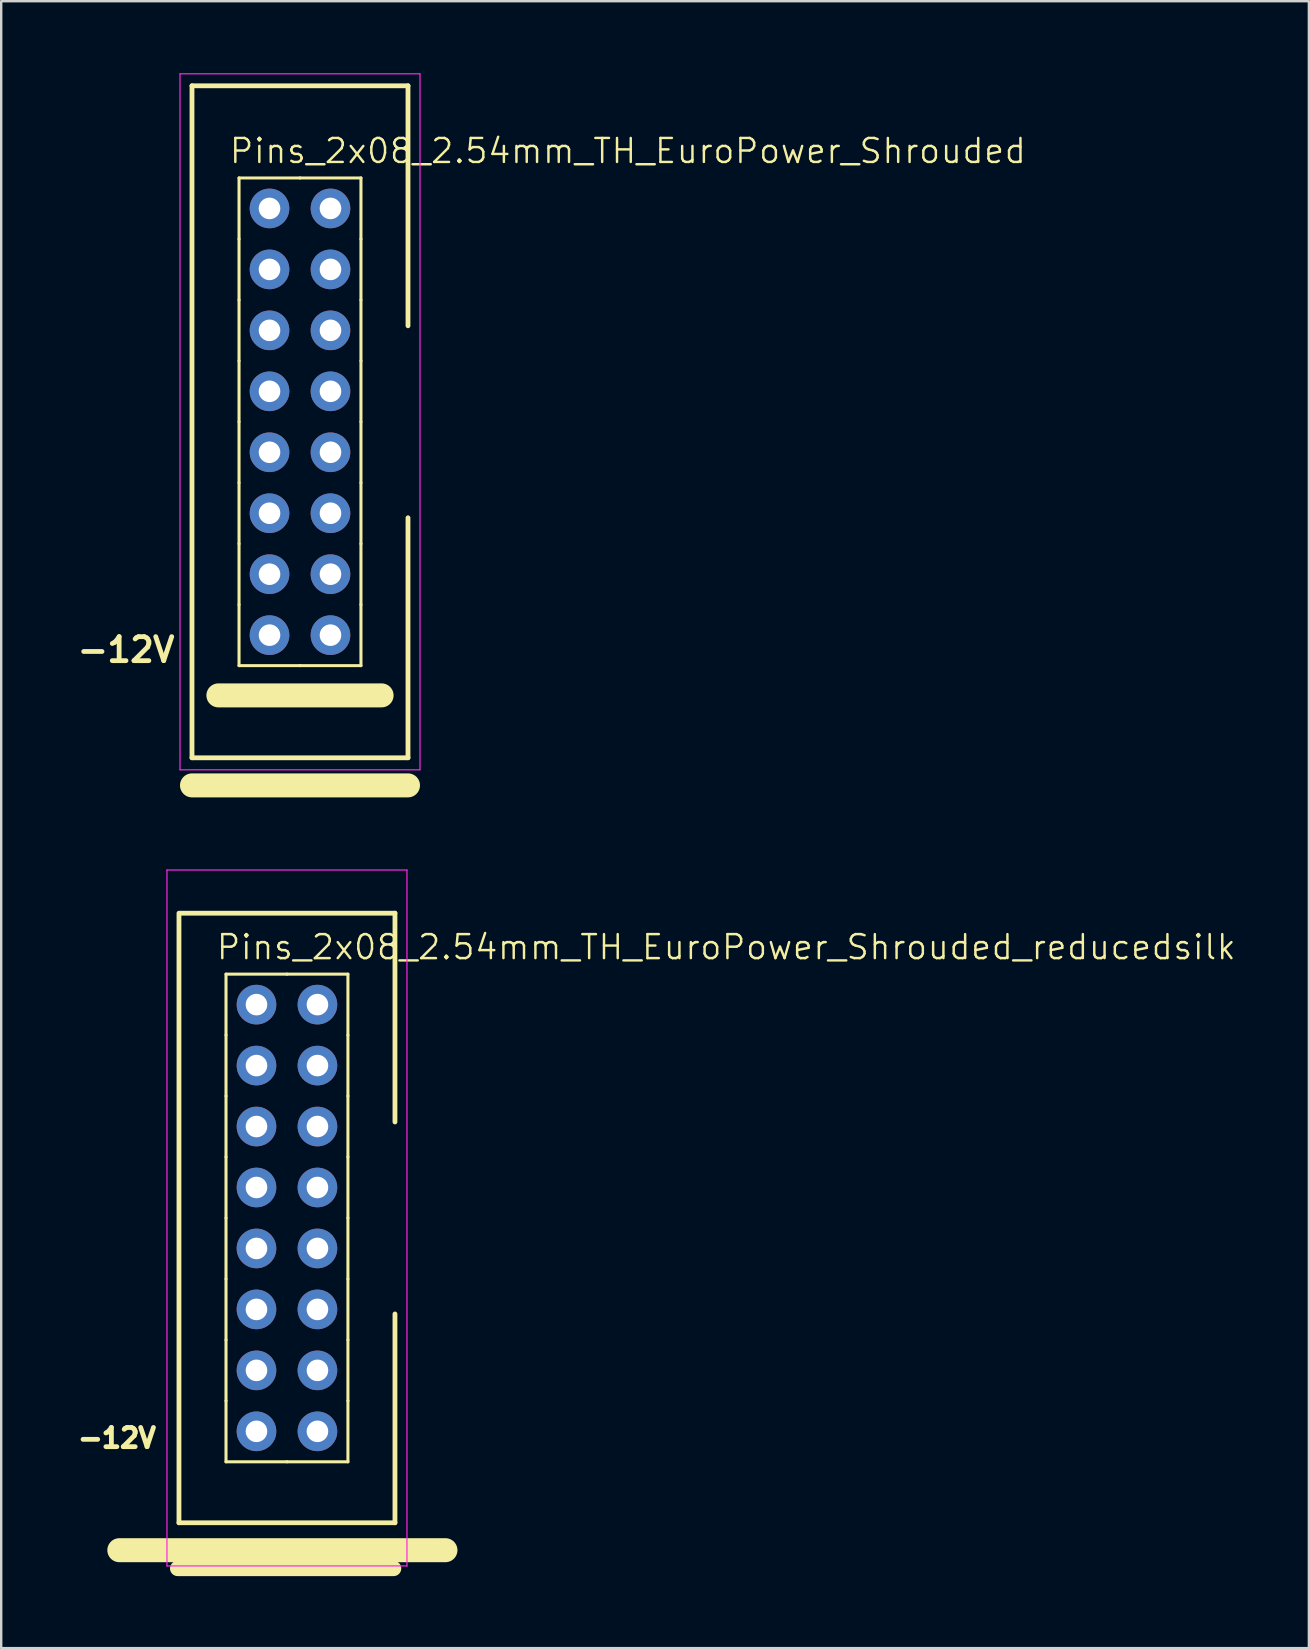
<source format=kicad_pcb>
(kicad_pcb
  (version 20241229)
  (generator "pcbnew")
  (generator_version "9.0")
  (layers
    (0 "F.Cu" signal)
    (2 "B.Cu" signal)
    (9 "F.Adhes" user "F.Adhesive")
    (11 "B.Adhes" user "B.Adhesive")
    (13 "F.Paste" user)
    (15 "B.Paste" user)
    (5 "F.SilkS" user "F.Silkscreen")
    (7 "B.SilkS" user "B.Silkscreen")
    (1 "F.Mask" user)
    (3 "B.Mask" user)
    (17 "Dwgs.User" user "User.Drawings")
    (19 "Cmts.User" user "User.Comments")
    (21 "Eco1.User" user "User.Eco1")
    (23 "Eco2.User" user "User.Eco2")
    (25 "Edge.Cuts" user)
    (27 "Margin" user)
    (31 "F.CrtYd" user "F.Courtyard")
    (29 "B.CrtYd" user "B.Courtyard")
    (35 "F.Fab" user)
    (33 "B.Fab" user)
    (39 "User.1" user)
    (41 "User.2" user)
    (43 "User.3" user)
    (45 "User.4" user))
  (footprint "Pins_2x08_2.54mm_TH_EuroPower_Shrouded_reducedsilk"
    (layer "F.Cu")
    (at 8.907 47.7)
    (property "Reference" "Pins_2x08_2.54mm_TH_EuroPower_Shrouded_reducedsilk" (at -3 -10.7 0) (layer "F.SilkS") (effects (font (size 1 1) (thickness 0.102)) (justify left bottom)))
    (attr through_hole)
    (fp_line (start -6.985 13.843) (end 6.604 13.843) (stroke (width 1) (type solid)) (layer "F.SilkS"))
    (fp_line (start -4.555 14.605) (end 4.445 14.605) (stroke (width 0.635) (type solid)) (layer "F.SilkS"))
    (fp_line (start -4.5 -12.7) (end -4.5 12.7) (stroke (width 0.2) (type solid)) (layer "F.SilkS"))
    (fp_line (start -4.5 12.7) (end 4.5 12.7) (stroke (width 0.2) (type solid)) (layer "F.SilkS"))
    (fp_line (start -4.445 -12.7) (end 4.5 -12.7) (stroke (width 0.2) (type solid)) (layer "F.SilkS"))
    (fp_line (start -2.54 -10.16) (end -2.54 -7.62) (stroke (width 0.127) (type solid)) (layer "F.SilkS"))
    (fp_line (start -2.54 -7.62) (end -2.54 -5.08) (stroke (width 0.127) (type solid)) (layer "F.SilkS"))
    (fp_line (start -2.54 -5.08) (end -2.54 -2.54) (stroke (width 0.127) (type solid)) (layer "F.SilkS"))
    (fp_line (start -2.54 -2.54) (end -2.54 0) (stroke (width 0.127) (type solid)) (layer "F.SilkS"))
    (fp_line (start -2.54 0) (end -2.54 2.54) (stroke (width 0.127) (type solid)) (layer "F.SilkS"))
    (fp_line (start -2.54 2.54) (end -2.54 5.08) (stroke (width 0.127) (type solid)) (layer "F.SilkS"))
    (fp_line (start -2.54 5.08) (end -2.54 7.62) (stroke (width 0.127) (type solid)) (layer "F.SilkS"))
    (fp_line (start -2.54 7.62) (end -2.54 10.16) (stroke (width 0.127) (type solid)) (layer "F.SilkS"))
    (fp_line (start 0 -10.16) (end -2.54 -10.16) (stroke (width 0.127) (type solid)) (layer "F.SilkS"))
    (fp_line (start 0 10.16) (end -2.54 10.16) (stroke (width 0.127) (type solid)) (layer "F.SilkS"))
    (fp_line (start 2.54 -10.16) (end 0 -10.16) (stroke (width 0.127) (type solid)) (layer "F.SilkS"))
    (fp_line (start 2.54 -7.62) (end 2.54 -10.16) (stroke (width 0.127) (type solid)) (layer "F.SilkS"))
    (fp_line (start 2.54 -5.08) (end 2.54 -7.62) (stroke (width 0.127) (type solid)) (layer "F.SilkS"))
    (fp_line (start 2.54 -2.54) (end 2.54 -5.08) (stroke (width 0.127) (type solid)) (layer "F.SilkS"))
    (fp_line (start 2.54 0) (end 2.54 -2.54) (stroke (width 0.127) (type solid)) (layer "F.SilkS"))
    (fp_line (start 2.54 2.54) (end 2.54 0) (stroke (width 0.127) (type solid)) (layer "F.SilkS"))
    (fp_line (start 2.54 5.08) (end 2.54 2.54) (stroke (width 0.127) (type solid)) (layer "F.SilkS"))
    (fp_line (start 2.54 7.62) (end 2.54 5.08) (stroke (width 0.127) (type solid)) (layer "F.SilkS"))
    (fp_line (start 2.54 10.16) (end 0 10.16) (stroke (width 0.127) (type solid)) (layer "F.SilkS"))
    (fp_line (start 2.54 10.16) (end 2.54 7.62) (stroke (width 0.127) (type solid)) (layer "F.SilkS"))
    (fp_line (start 4.5 -12.7) (end 4.5 -4) (stroke (width 0.2) (type solid)) (layer "F.SilkS"))
    (fp_line (start 4.5 4) (end 4.5 12.7) (stroke (width 0.2) (type solid)) (layer "F.SilkS"))
    (fp_line (start -5 -14.5) (end -5 14.5) (stroke (width 0.05) (type solid)) (layer "F.CrtYd"))
    (fp_line (start -5 -14.5) (end 5 -14.5) (stroke (width 0.05) (type solid)) (layer "F.CrtYd"))
    (fp_line (start -5 14.5) (end 5 14.5) (stroke (width 0.05) (type solid)) (layer "F.CrtYd"))
    (fp_line (start 5 -14.5) (end 5 14.5) (stroke (width 0.05) (type solid)) (layer "F.CrtYd"))
    (fp_text user "-12V" (at -7.087 9.169 0) (layer "F.SilkS") (effects (font (size 0.8 0.8) (thickness 0.2))))
    (pad "1" thru_hole circle (at -1.27 -8.89) (size 1.651 1.651) (drill 0.9) (layers "*.Cu" "*.Mask"))
    (pad "2" thru_hole circle (at 1.27 -8.89) (size 1.651 1.651) (drill 0.9) (layers "*.Cu" "*.Mask"))
    (pad "3" thru_hole circle (at -1.27 -6.35) (size 1.651 1.651) (drill 0.9) (layers "*.Cu" "*.Mask"))
    (pad "4" thru_hole circle (at 1.27 -6.35) (size 1.651 1.651) (drill 0.9) (layers "*.Cu" "*.Mask"))
    (pad "5" thru_hole circle (at -1.27 -3.81) (size 1.651 1.651) (drill 0.9) (layers "*.Cu" "*.Mask"))
    (pad "6" thru_hole circle (at 1.27 -3.81) (size 1.651 1.651) (drill 0.9) (layers "*.Cu" "*.Mask"))
    (pad "7" thru_hole circle (at -1.27 -1.27) (size 1.651 1.651) (drill 0.9) (layers "*.Cu" "*.Mask"))
    (pad "8" thru_hole circle (at 1.27 -1.27) (size 1.651 1.651) (drill 0.9) (layers "*.Cu" "*.Mask"))
    (pad "9" thru_hole circle (at -1.27 1.27) (size 1.651 1.651) (drill 0.9) (layers "*.Cu" "*.Mask"))
    (pad "10" thru_hole circle (at 1.27 1.27) (size 1.651 1.651) (drill 0.9) (layers "*.Cu" "*.Mask"))
    (pad "11" thru_hole circle (at -1.27 3.81) (size 1.651 1.651) (drill 0.9) (layers "*.Cu" "*.Mask"))
    (pad "12" thru_hole circle (at 1.27 3.81) (size 1.651 1.651) (drill 0.9) (layers "*.Cu" "*.Mask"))
    (pad "13" thru_hole circle (at -1.27 6.35) (size 1.651 1.651) (drill 0.9) (layers "*.Cu" "*.Mask"))
    (pad "14" thru_hole circle (at 1.27 6.35) (size 1.651 1.651) (drill 0.9) (layers "*.Cu" "*.Mask"))
    (pad "15" thru_hole circle (at -1.27 8.89) (size 1.651 1.651) (drill 0.9) (layers "*.Cu" "*.Mask"))
    (pad "16" thru_hole circle (at 1.27 8.89) (size 1.651 1.651) (drill 0.9) (layers "*.Cu" "*.Mask")))
  (footprint "Pins_2x08_2.54mm_TH_EuroPower_Shrouded"
    (layer "F.Cu")
    (at 9.45 14.525)
    (property "Reference" "Pins_2x08_2.54mm_TH_EuroPower_Shrouded" (at -3 -10.7 0) (layer "F.SilkS") (effects (font (size 1 1) (thickness 0.102)) (justify left bottom)))
    (attr through_hole)
    (fp_line (start -4.5 -14) (end -4.5 14) (stroke (width 0.2) (type solid)) (layer "F.SilkS"))
    (fp_line (start -4.5 -14) (end 4.5 -14) (stroke (width 0.2) (type solid)) (layer "F.SilkS"))
    (fp_line (start -4.5 14) (end 4.5 14) (stroke (width 0.2) (type solid)) (layer "F.SilkS"))
    (fp_line (start -4.5 15.15) (end 4.5 15.15) (stroke (width 1) (type solid)) (layer "F.SilkS"))
    (fp_line (start -3.4 11.4) (end 3.4 11.4) (stroke (width 1) (type solid)) (layer "F.SilkS"))
    (fp_line (start -2.54 -10.16) (end -2.54 -7.62) (stroke (width 0.127) (type solid)) (layer "F.SilkS"))
    (fp_line (start -2.54 -7.62) (end -2.54 -5.08) (stroke (width 0.127) (type solid)) (layer "F.SilkS"))
    (fp_line (start -2.54 -5.08) (end -2.54 -2.54) (stroke (width 0.127) (type solid)) (layer "F.SilkS"))
    (fp_line (start -2.54 -2.54) (end -2.54 0) (stroke (width 0.127) (type solid)) (layer "F.SilkS"))
    (fp_line (start -2.54 0) (end -2.54 2.54) (stroke (width 0.127) (type solid)) (layer "F.SilkS"))
    (fp_line (start -2.54 2.54) (end -2.54 5.08) (stroke (width 0.127) (type solid)) (layer "F.SilkS"))
    (fp_line (start -2.54 5.08) (end -2.54 7.62) (stroke (width 0.127) (type solid)) (layer "F.SilkS"))
    (fp_line (start -2.54 7.62) (end -2.54 10.16) (stroke (width 0.127) (type solid)) (layer "F.SilkS"))
    (fp_line (start 0 -10.16) (end -2.54 -10.16) (stroke (width 0.127) (type solid)) (layer "F.SilkS"))
    (fp_line (start 0 10.16) (end -2.54 10.16) (stroke (width 0.127) (type solid)) (layer "F.SilkS"))
    (fp_line (start 2.54 -10.16) (end 0 -10.16) (stroke (width 0.127) (type solid)) (layer "F.SilkS"))
    (fp_line (start 2.54 -7.62) (end 2.54 -10.16) (stroke (width 0.127) (type solid)) (layer "F.SilkS"))
    (fp_line (start 2.54 -5.08) (end 2.54 -7.62) (stroke (width 0.127) (type solid)) (layer "F.SilkS"))
    (fp_line (start 2.54 -2.54) (end 2.54 -5.08) (stroke (width 0.127) (type solid)) (layer "F.SilkS"))
    (fp_line (start 2.54 0) (end 2.54 -2.54) (stroke (width 0.127) (type solid)) (layer "F.SilkS"))
    (fp_line (start 2.54 2.54) (end 2.54 0) (stroke (width 0.127) (type solid)) (layer "F.SilkS"))
    (fp_line (start 2.54 5.08) (end 2.54 2.54) (stroke (width 0.127) (type solid)) (layer "F.SilkS"))
    (fp_line (start 2.54 7.62) (end 2.54 5.08) (stroke (width 0.127) (type solid)) (layer "F.SilkS"))
    (fp_line (start 2.54 10.16) (end 0 10.16) (stroke (width 0.127) (type solid)) (layer "F.SilkS"))
    (fp_line (start 2.54 10.16) (end 2.54 7.62) (stroke (width 0.127) (type solid)) (layer "F.SilkS"))
    (fp_line (start 4.5 -14) (end 4.5 -4) (stroke (width 0.2) (type solid)) (layer "F.SilkS"))
    (fp_line (start 4.5 4) (end 4.5 14) (stroke (width 0.2) (type solid)) (layer "F.SilkS"))
    (fp_line (start -5 -14.5) (end -5 14.5) (stroke (width 0.05) (type solid)) (layer "F.CrtYd"))
    (fp_line (start -5 -14.5) (end 5 -14.5) (stroke (width 0.05) (type solid)) (layer "F.CrtYd"))
    (fp_line (start -5 14.5) (end 5 14.5) (stroke (width 0.05) (type solid)) (layer "F.CrtYd"))
    (fp_line (start 5 -14.5) (end 5 14.5) (stroke (width 0.05) (type solid)) (layer "F.CrtYd"))
    (fp_text user "-12V" (at -7.25 9.5 0) (layer "F.SilkS") (effects (font (size 1 1) (thickness 0.2))))
    (pad "1" thru_hole circle (at -1.27 -8.89) (size 1.651 1.651) (drill 0.9) (layers "*.Cu" "*.Mask"))
    (pad "2" thru_hole circle (at 1.27 -8.89) (size 1.651 1.651) (drill 0.9) (layers "*.Cu" "*.Mask"))
    (pad "3" thru_hole circle (at -1.27 -6.35) (size 1.651 1.651) (drill 0.9) (layers "*.Cu" "*.Mask"))
    (pad "4" thru_hole circle (at 1.27 -6.35) (size 1.651 1.651) (drill 0.9) (layers "*.Cu" "*.Mask"))
    (pad "5" thru_hole circle (at -1.27 -3.81) (size 1.651 1.651) (drill 0.9) (layers "*.Cu" "*.Mask"))
    (pad "6" thru_hole circle (at 1.27 -3.81) (size 1.651 1.651) (drill 0.9) (layers "*.Cu" "*.Mask"))
    (pad "7" thru_hole circle (at -1.27 -1.27) (size 1.651 1.651) (drill 0.9) (layers "*.Cu" "*.Mask"))
    (pad "8" thru_hole circle (at 1.27 -1.27) (size 1.651 1.651) (drill 0.9) (layers "*.Cu" "*.Mask"))
    (pad "9" thru_hole circle (at -1.27 1.27) (size 1.651 1.651) (drill 0.9) (layers "*.Cu" "*.Mask"))
    (pad "10" thru_hole circle (at 1.27 1.27) (size 1.651 1.651) (drill 0.9) (layers "*.Cu" "*.Mask"))
    (pad "11" thru_hole circle (at -1.27 3.81) (size 1.651 1.651) (drill 0.9) (layers "*.Cu" "*.Mask"))
    (pad "12" thru_hole circle (at 1.27 3.81) (size 1.651 1.651) (drill 0.9) (layers "*.Cu" "*.Mask"))
    (pad "13" thru_hole circle (at -1.27 6.35) (size 1.651 1.651) (drill 0.9) (layers "*.Cu" "*.Mask"))
    (pad "14" thru_hole circle (at 1.27 6.35) (size 1.651 1.651) (drill 0.9) (layers "*.Cu" "*.Mask"))
    (pad "15" thru_hole circle (at -1.27 8.89) (size 1.651 1.651) (drill 0.9) (layers "*.Cu" "*.Mask"))
    (pad "16" thru_hole circle (at 1.27 8.89) (size 1.651 1.651) (drill 0.9) (layers "*.Cu" "*.Mask")))
  (gr_rect
    (start -3 -3)
    (end 51.488 65.623)
    (stroke (width 0.1) (type default))
    (fill no)
    (layer "Edge.Cuts")))
</source>
